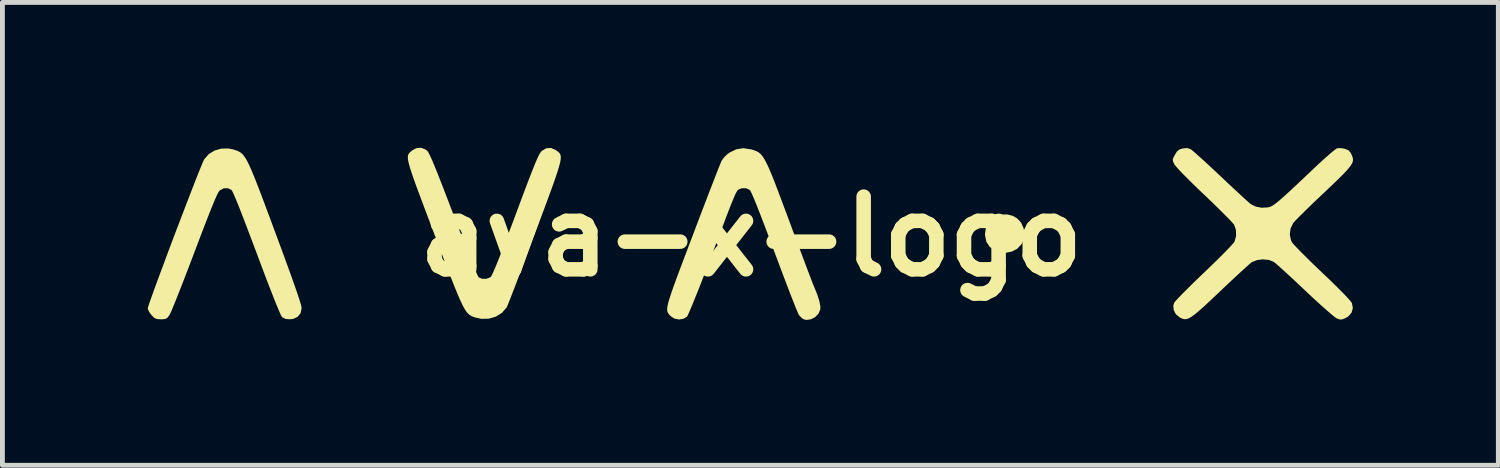
<source format=kicad_pcb>
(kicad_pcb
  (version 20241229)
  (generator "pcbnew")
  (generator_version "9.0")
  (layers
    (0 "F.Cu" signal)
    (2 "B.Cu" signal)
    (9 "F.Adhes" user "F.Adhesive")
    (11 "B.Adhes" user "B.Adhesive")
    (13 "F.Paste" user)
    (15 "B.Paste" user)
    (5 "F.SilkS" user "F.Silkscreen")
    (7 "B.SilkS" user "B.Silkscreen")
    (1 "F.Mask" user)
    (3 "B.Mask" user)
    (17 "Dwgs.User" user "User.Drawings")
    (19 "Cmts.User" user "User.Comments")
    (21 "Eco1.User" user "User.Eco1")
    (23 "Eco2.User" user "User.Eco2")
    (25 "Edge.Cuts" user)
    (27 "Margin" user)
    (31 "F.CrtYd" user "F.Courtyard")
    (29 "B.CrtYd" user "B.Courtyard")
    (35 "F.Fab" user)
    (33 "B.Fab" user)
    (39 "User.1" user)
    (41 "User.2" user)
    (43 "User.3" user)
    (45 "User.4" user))
  (footprint "ava-x-logo"
    (layer "F.Cu")
    (at 12.456 1.831)
    (property "Reference" "ava-x-logo" (at 0 0 0) (layer "F.SilkS") (effects (font (size 1.5 1.5) (thickness 0.3))))
    (attr board_only exclude_from_pos_files exclude_from_bom)
    (fp_poly (pts (xy 5.397 -0.426) (xy 5.494 -0.37) (xy 5.571 -0.286) (xy 5.622 -0.173) (xy 5.636 -0.088) (xy 5.631 0.043) (xy 5.588 0.15) (xy 5.501 0.244) (xy 5.481 0.26) (xy 5.373 0.315) (xy 5.247 0.338) (xy 5.12 0.328) (xy 5.031 0.296) (xy 4.922 0.214) (xy 4.854 0.108) (xy 4.827 -0.025) (xy 4.826 -0.049) (xy 4.844 -0.183) (xy 4.895 -0.291) (xy 4.973 -0.372) (xy 5.07 -0.427) (xy 5.178 -0.454) (xy 5.29 -0.454)) (stroke (width 0) (type solid)) (fill yes) (layer "F.SilkS"))
    (fp_poly (pts (xy -10.684 -1.794) (xy -10.635 -1.778) (xy -10.592 -1.762) (xy -10.553 -1.741) (xy -10.516 -1.714) (xy -10.48 -1.676) (xy -10.443 -1.624) (xy -10.403 -1.555) (xy -10.359 -1.466) (xy -10.309 -1.353) (xy -10.251 -1.213) (xy -10.184 -1.042) (xy -10.106 -0.839) (xy -10.016 -0.598) (xy -9.911 -0.318) (xy -9.824 -0.082) (xy -9.697 0.26) (xy -9.588 0.557) (xy -9.496 0.811) (xy -9.421 1.023) (xy -9.362 1.194) (xy -9.319 1.324) (xy -9.292 1.415) (xy -9.281 1.468) (xy -9.28 1.476) (xy -9.301 1.582) (xy -9.36 1.658) (xy -9.451 1.701) (xy -9.525 1.71) (xy -9.611 1.702) (xy -9.669 1.674) (xy -9.69 1.655) (xy -9.709 1.621) (xy -9.742 1.546) (xy -9.79 1.432) (xy -9.849 1.285) (xy -9.919 1.107) (xy -9.998 0.904) (xy -10.083 0.678) (xy -10.175 0.434) (xy -10.209 0.342) (xy -10.319 0.051) (xy -10.417 -0.208) (xy -10.503 -0.432) (xy -10.576 -0.619) (xy -10.637 -0.767) (xy -10.683 -0.875) (xy -10.714 -0.939) (xy -10.727 -0.959) (xy -10.804 -0.996) (xy -10.89 -0.993) (xy -10.971 -0.95) (xy -10.974 -0.946) (xy -10.995 -0.918) (xy -11.025 -0.86) (xy -11.065 -0.771) (xy -11.117 -0.647) (xy -11.181 -0.487) (xy -11.259 -0.289) (xy -11.351 -0.049) (xy -11.458 0.233) (xy -11.49 0.318) (xy -11.579 0.552) (xy -11.664 0.774) (xy -11.744 0.981) (xy -11.817 1.166) (xy -11.881 1.327) (xy -11.934 1.457) (xy -11.974 1.552) (xy -12 1.608) (xy -12.006 1.618) (xy -12.046 1.674) (xy -12.086 1.701) (xy -12.145 1.709) (xy -12.185 1.71) (xy -12.263 1.705) (xy -12.316 1.685) (xy -12.366 1.638) (xy -12.38 1.623) (xy -12.426 1.56) (xy -12.453 1.501) (xy -12.456 1.483) (xy -12.447 1.45) (xy -12.423 1.375) (xy -12.384 1.265) (xy -12.333 1.123) (xy -12.272 0.955) (xy -12.201 0.764) (xy -12.124 0.557) (xy -12.042 0.336) (xy -11.956 0.107) (xy -11.868 -0.125) (xy -11.78 -0.355) (xy -11.694 -0.58) (xy -11.612 -0.793) (xy -11.535 -0.991) (xy -11.466 -1.169) (xy -11.405 -1.323) (xy -11.355 -1.446) (xy -11.318 -1.536) (xy -11.295 -1.586) (xy -11.291 -1.592) (xy -11.198 -1.699) (xy -11.076 -1.774) (xy -10.934 -1.814) (xy -10.782 -1.815)) (stroke (width 0) (type solid)) (fill yes) (layer "F.SilkS"))
    (fp_poly (pts (xy -6.722 -1.795) (xy -6.683 -1.762) (xy -6.662 -1.732) (xy -6.632 -1.674) (xy -6.592 -1.586) (xy -6.541 -1.466) (xy -6.478 -1.311) (xy -6.403 -1.12) (xy -6.313 -0.888) (xy -6.208 -0.615) (xy -6.142 -0.44) (xy -6.046 -0.189) (xy -5.957 0.043) (xy -5.874 0.253) (xy -5.801 0.437) (xy -5.738 0.592) (xy -5.688 0.713) (xy -5.65 0.797) (xy -5.628 0.84) (xy -5.624 0.845) (xy -5.551 0.874) (xy -5.464 0.873) (xy -5.388 0.845) (xy -5.377 0.836) (xy -5.355 0.802) (xy -5.318 0.722) (xy -5.265 0.598) (xy -5.197 0.429) (xy -5.115 0.216) (xy -5.017 -0.039) (xy -4.905 -0.336) (xy -4.862 -0.452) (xy -4.759 -0.729) (xy -4.671 -0.964) (xy -4.596 -1.16) (xy -4.534 -1.321) (xy -4.482 -1.451) (xy -4.44 -1.553) (xy -4.406 -1.63) (xy -4.378 -1.687) (xy -4.354 -1.727) (xy -4.334 -1.754) (xy -4.324 -1.765) (xy -4.232 -1.82) (xy -4.135 -1.827) (xy -4.037 -1.786) (xy -4.017 -1.772) (xy -3.988 -1.75) (xy -3.964 -1.728) (xy -3.946 -1.704) (xy -3.934 -1.674) (xy -3.93 -1.635) (xy -3.934 -1.582) (xy -3.947 -1.514) (xy -3.971 -1.426) (xy -4.005 -1.315) (xy -4.052 -1.177) (xy -4.111 -1.01) (xy -4.184 -0.81) (xy -4.272 -0.573) (xy -4.375 -0.296) (xy -4.46 -0.068) (xy -4.557 0.189) (xy -4.649 0.434) (xy -4.735 0.662) (xy -4.814 0.87) (xy -4.884 1.053) (xy -4.944 1.208) (xy -4.992 1.33) (xy -5.026 1.416) (xy -5.046 1.461) (xy -5.048 1.465) (xy -5.145 1.577) (xy -5.271 1.655) (xy -5.416 1.697) (xy -5.572 1.7) (xy -5.709 1.669) (xy -5.749 1.654) (xy -5.785 1.637) (xy -5.819 1.615) (xy -5.852 1.585) (xy -5.886 1.542) (xy -5.922 1.485) (xy -5.962 1.41) (xy -6.007 1.314) (xy -6.06 1.192) (xy -6.121 1.043) (xy -6.192 0.863) (xy -6.275 0.648) (xy -6.372 0.396) (xy -6.483 0.103) (xy -6.544 -0.059) (xy -6.661 -0.367) (xy -6.761 -0.632) (xy -6.846 -0.859) (xy -6.917 -1.05) (xy -6.974 -1.209) (xy -7.018 -1.339) (xy -7.051 -1.444) (xy -7.073 -1.527) (xy -7.085 -1.591) (xy -7.088 -1.64) (xy -7.083 -1.677) (xy -7.071 -1.705) (xy -7.053 -1.729) (xy -7.029 -1.75) (xy -7.006 -1.77) (xy -6.911 -1.823) (xy -6.813 -1.831)) (stroke (width 0) (type solid)) (fill yes) (layer "F.SilkS"))
    (fp_poly (pts (xy -0.001 -1.798) (xy 0.015 -1.793) (xy 0.067 -1.776) (xy 0.113 -1.758) (xy 0.154 -1.735) (xy 0.193 -1.703) (xy 0.231 -1.659) (xy 0.271 -1.6) (xy 0.313 -1.521) (xy 0.361 -1.42) (xy 0.415 -1.293) (xy 0.478 -1.136) (xy 0.551 -0.945) (xy 0.637 -0.717) (xy 0.737 -0.449) (xy 0.792 -0.303) (xy 0.88 -0.065) (xy 0.965 0.161) (xy 1.044 0.372) (xy 1.115 0.562) (xy 1.177 0.726) (xy 1.229 0.861) (xy 1.267 0.962) (xy 1.292 1.024) (xy 1.298 1.038) (xy 1.361 1.191) (xy 1.405 1.327) (xy 1.427 1.436) (xy 1.427 1.504) (xy 1.389 1.593) (xy 1.32 1.665) (xy 1.232 1.71) (xy 1.139 1.723) (xy 1.084 1.71) (xy 1.034 1.675) (xy 0.985 1.621) (xy 0.984 1.62) (xy 0.967 1.584) (xy 0.934 1.507) (xy 0.889 1.393) (xy 0.831 1.247) (xy 0.764 1.073) (xy 0.689 0.876) (xy 0.607 0.66) (xy 0.521 0.429) (xy 0.479 0.318) (xy 0.366 0.014) (xy 0.266 -0.251) (xy 0.179 -0.476) (xy 0.107 -0.659) (xy 0.049 -0.8) (xy 0.006 -0.897) (xy -0.022 -0.95) (xy -0.029 -0.959) (xy -0.107 -0.996) (xy -0.199 -0.994) (xy -0.248 -0.975) (xy -0.262 -0.967) (xy -0.275 -0.957) (xy -0.289 -0.94) (xy -0.305 -0.914) (xy -0.325 -0.876) (xy -0.35 -0.82) (xy -0.381 -0.745) (xy -0.421 -0.647) (xy -0.47 -0.521) (xy -0.53 -0.365) (xy -0.602 -0.175) (xy -0.689 0.052) (xy -0.79 0.321) (xy -0.831 0.427) (xy -0.918 0.656) (xy -1.001 0.873) (xy -1.079 1.072) (xy -1.15 1.249) (xy -1.211 1.4) (xy -1.262 1.52) (xy -1.299 1.605) (xy -1.322 1.65) (xy -1.325 1.655) (xy -1.398 1.7) (xy -1.49 1.714) (xy -1.583 1.696) (xy -1.661 1.647) (xy -1.665 1.642) (xy -1.689 1.616) (xy -1.709 1.592) (xy -1.724 1.566) (xy -1.733 1.534) (xy -1.735 1.493) (xy -1.728 1.44) (xy -1.713 1.371) (xy -1.687 1.283) (xy -1.651 1.171) (xy -1.603 1.034) (xy -1.542 0.866) (xy -1.467 0.665) (xy -1.377 0.427) (xy -1.272 0.149) (xy -1.209 -0.016) (xy -1.112 -0.272) (xy -1.019 -0.517) (xy -0.931 -0.746) (xy -0.851 -0.955) (xy -0.779 -1.14) (xy -0.718 -1.297) (xy -0.669 -1.422) (xy -0.633 -1.51) (xy -0.613 -1.558) (xy -0.611 -1.562) (xy -0.56 -1.633) (xy -0.487 -1.703) (xy -0.453 -1.728) (xy -0.308 -1.799) (xy -0.16 -1.822)) (stroke (width 0) (type solid)) (fill yes) (layer "F.SilkS"))
    (fp_poly (pts (xy 9.068 -1.804) (xy 9.101 -1.779) (xy 9.164 -1.725) (xy 9.253 -1.646) (xy 9.363 -1.547) (xy 9.488 -1.431) (xy 9.625 -1.303) (xy 9.686 -1.246) (xy 9.826 -1.113) (xy 9.958 -0.99) (xy 10.077 -0.88) (xy 10.177 -0.787) (xy 10.254 -0.718) (xy 10.303 -0.675) (xy 10.314 -0.667) (xy 10.416 -0.616) (xy 10.54 -0.593) (xy 10.664 -0.6) (xy 10.698 -0.608) (xy 10.729 -0.62) (xy 10.766 -0.639) (xy 10.81 -0.67) (xy 10.867 -0.714) (xy 10.938 -0.774) (xy 11.028 -0.854) (xy 11.139 -0.956) (xy 11.276 -1.084) (xy 11.441 -1.24) (xy 11.619 -1.409) (xy 11.74 -1.522) (xy 11.852 -1.624) (xy 11.95 -1.71) (xy 12.028 -1.774) (xy 12.08 -1.812) (xy 12.096 -1.82) (xy 12.159 -1.824) (xy 12.237 -1.813) (xy 12.253 -1.809) (xy 12.325 -1.781) (xy 12.37 -1.733) (xy 12.394 -1.688) (xy 12.412 -1.641) (xy 12.422 -1.599) (xy 12.42 -1.555) (xy 12.403 -1.508) (xy 12.368 -1.452) (xy 12.312 -1.383) (xy 12.232 -1.297) (xy 12.126 -1.191) (xy 11.99 -1.06) (xy 11.821 -0.899) (xy 11.812 -0.891) (xy 11.67 -0.757) (xy 11.538 -0.63) (xy 11.419 -0.514) (xy 11.32 -0.416) (xy 11.244 -0.339) (xy 11.197 -0.288) (xy 11.186 -0.274) (xy 11.133 -0.162) (xy 11.118 -0.04) (xy 11.141 0.076) (xy 11.166 0.125) (xy 11.197 0.163) (xy 11.26 0.23) (xy 11.348 0.321) (xy 11.458 0.43) (xy 11.584 0.554) (xy 11.722 0.686) (xy 11.796 0.757) (xy 11.96 0.913) (xy 12.102 1.053) (xy 12.221 1.172) (xy 12.312 1.268) (xy 12.373 1.337) (xy 12.401 1.377) (xy 12.401 1.378) (xy 12.419 1.48) (xy 12.392 1.574) (xy 12.325 1.651) (xy 12.269 1.684) (xy 12.203 1.711) (xy 12.157 1.715) (xy 12.106 1.699) (xy 12.083 1.689) (xy 12.044 1.662) (xy 11.975 1.606) (xy 11.881 1.525) (xy 11.767 1.424) (xy 11.638 1.306) (xy 11.499 1.177) (xy 11.429 1.111) (xy 11.288 0.978) (xy 11.154 0.853) (xy 11.034 0.742) (xy 10.931 0.649) (xy 10.852 0.578) (xy 10.8 0.535) (xy 10.787 0.525) (xy 10.686 0.485) (xy 10.565 0.473) (xy 10.443 0.487) (xy 10.34 0.528) (xy 10.326 0.537) (xy 10.287 0.569) (xy 10.218 0.63) (xy 10.125 0.715) (xy 10.011 0.82) (xy 9.881 0.941) (xy 9.742 1.072) (xy 9.675 1.136) (xy 9.504 1.298) (xy 9.364 1.428) (xy 9.25 1.53) (xy 9.158 1.607) (xy 9.085 1.66) (xy 9.026 1.692) (xy 8.977 1.707) (xy 8.933 1.706) (xy 8.891 1.694) (xy 8.847 1.672) (xy 8.767 1.606) (xy 8.721 1.52) (xy 8.713 1.428) (xy 8.732 1.367) (xy 8.758 1.334) (xy 8.815 1.271) (xy 8.899 1.185) (xy 9.005 1.079) (xy 9.128 0.957) (xy 9.265 0.825) (xy 9.354 0.74) (xy 9.497 0.603) (xy 9.629 0.474) (xy 9.746 0.357) (xy 9.845 0.256) (xy 9.919 0.177) (xy 9.965 0.124) (xy 9.977 0.106) (xy 10.009 -0.01) (xy 10.006 -0.133) (xy 9.971 -0.237) (xy 9.943 -0.273) (xy 9.884 -0.337) (xy 9.798 -0.425) (xy 9.691 -0.532) (xy 9.567 -0.654) (xy 9.43 -0.786) (xy 9.354 -0.858) (xy 9.203 -1.002) (xy 9.066 -1.136) (xy 8.947 -1.255) (xy 8.85 -1.355) (xy 8.78 -1.433) (xy 8.739 -1.482) (xy 8.734 -1.491) (xy 8.708 -1.547) (xy 8.701 -1.586) (xy 8.716 -1.63) (xy 8.747 -1.688) (xy 8.791 -1.758) (xy 8.839 -1.795) (xy 8.905 -1.816) (xy 8.997 -1.825)) (stroke (width 0) (type solid)) (fill yes) (layer "F.SilkS")))
  (gr_rect
    (start -3 -3)
    (end 27.878 6.554)
    (stroke (width 0.1) (type default))
    (fill no)
    (layer "Edge.Cuts")))
</source>
